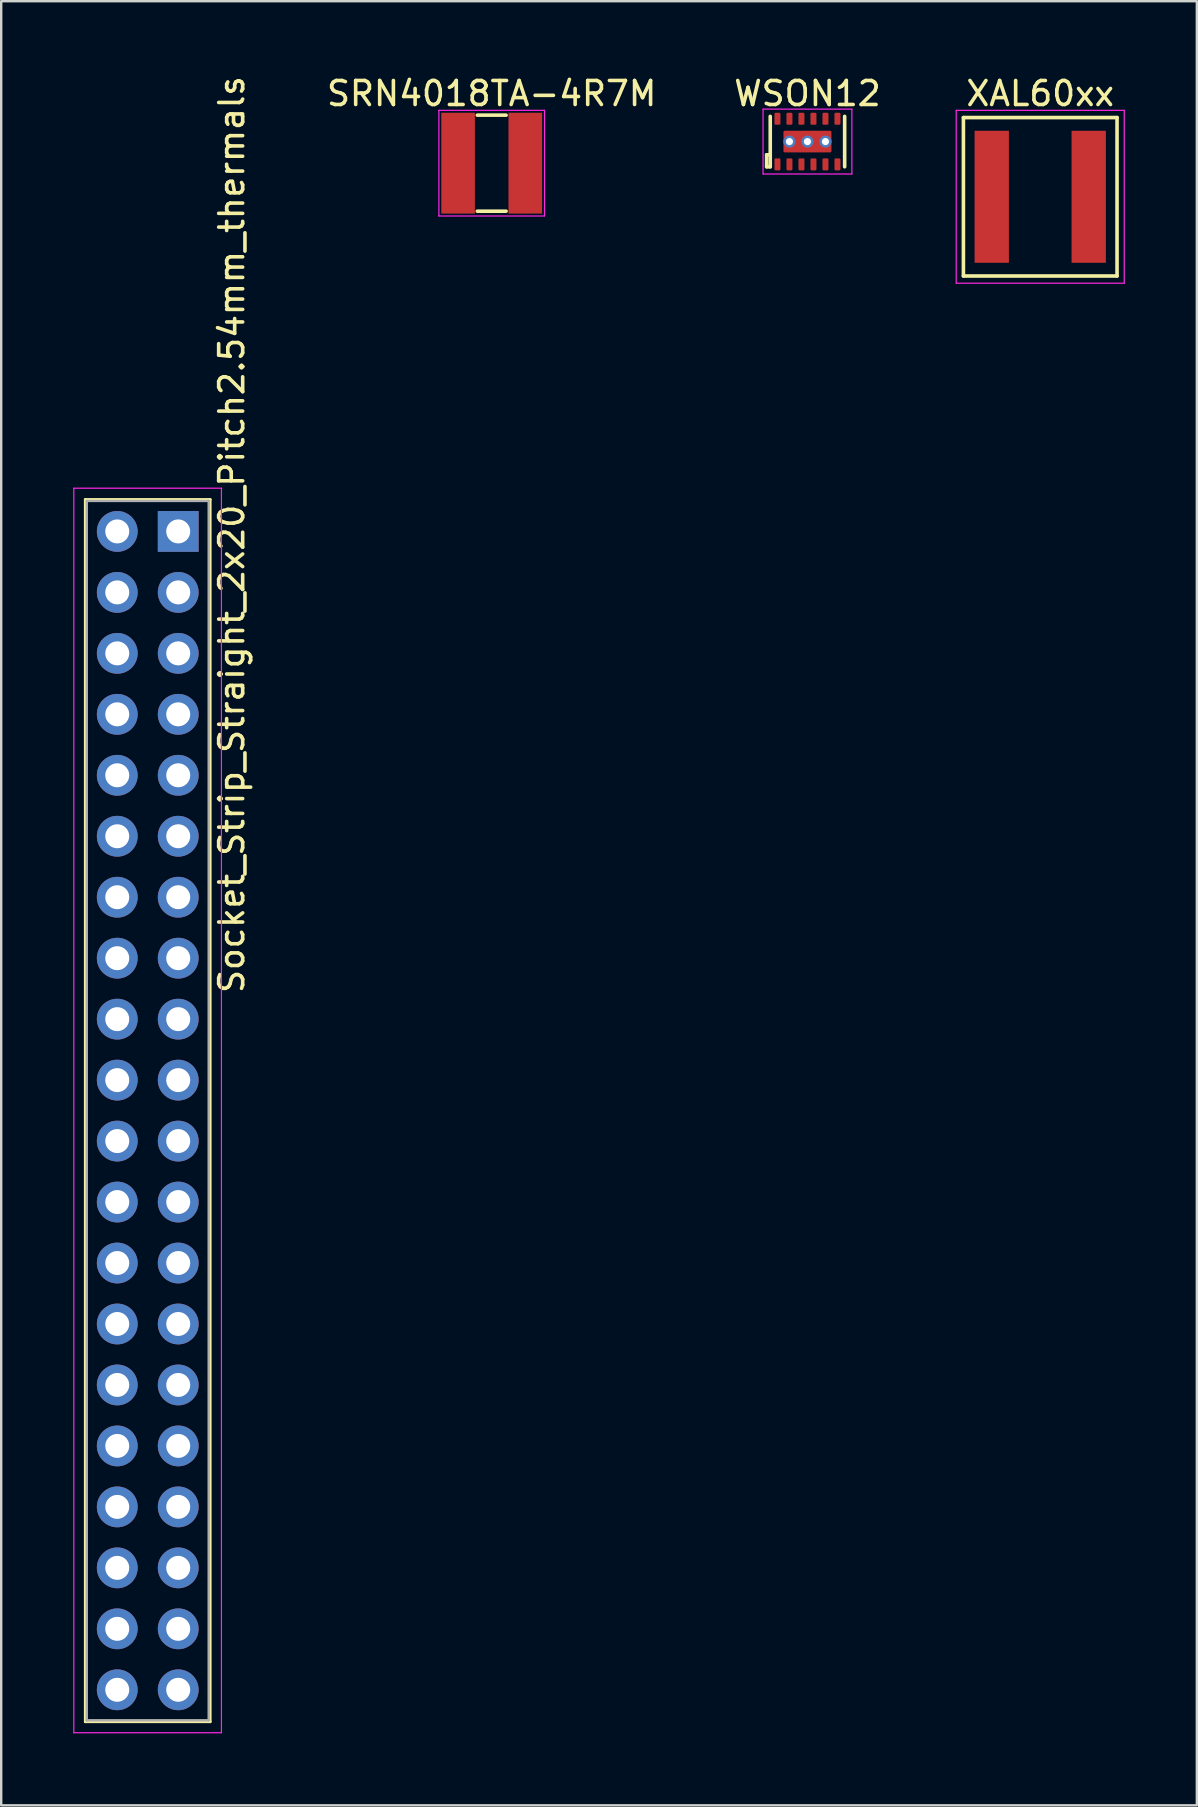
<source format=kicad_pcb>
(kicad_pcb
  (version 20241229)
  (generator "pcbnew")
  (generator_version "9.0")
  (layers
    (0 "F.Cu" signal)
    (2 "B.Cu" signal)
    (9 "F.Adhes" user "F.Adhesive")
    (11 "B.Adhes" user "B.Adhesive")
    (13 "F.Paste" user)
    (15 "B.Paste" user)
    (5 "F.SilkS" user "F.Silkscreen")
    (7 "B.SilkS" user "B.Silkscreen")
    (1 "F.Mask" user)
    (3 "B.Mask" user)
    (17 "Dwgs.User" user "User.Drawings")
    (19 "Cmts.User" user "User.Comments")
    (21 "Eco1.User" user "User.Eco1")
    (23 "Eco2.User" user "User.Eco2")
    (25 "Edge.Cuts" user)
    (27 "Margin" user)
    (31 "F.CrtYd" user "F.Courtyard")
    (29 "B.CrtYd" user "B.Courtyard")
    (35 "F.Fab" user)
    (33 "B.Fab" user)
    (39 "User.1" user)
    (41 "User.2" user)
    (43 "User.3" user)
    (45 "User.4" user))
  (footprint "WSON12"
    (layer "F.Cu")
    (at 30.59 2.848)
    (property "Reference" "WSON12" (at 0 -2 0) (layer "F.SilkS") (effects (font (size 1 1) (thickness 0.15))))
    (attr smd)
    (fp_line (start -1.7 0.55) (end -1.7 1.05) (stroke (width 0.15) (type solid)) (layer "F.SilkS"))
    (fp_line (start -1.7 1.05) (end -1.55 1.05) (stroke (width 0.15) (type solid)) (layer "F.SilkS"))
    (fp_line (start -1.55 -1.05) (end -1.55 1.05) (stroke (width 0.15) (type solid)) (layer "F.SilkS"))
    (fp_line (start -1.55 0.55) (end -1.7 0.55) (stroke (width 0.15) (type solid)) (layer "F.SilkS"))
    (fp_line (start 1.55 -1.05) (end 1.55 1.05) (stroke (width 0.15) (type solid)) (layer "F.SilkS"))
    (fp_line (start -1.85 -1.35) (end -1.85 1.35) (stroke (width 0.05) (type solid)) (layer "F.CrtYd"))
    (fp_line (start -1.85 1.35) (end 1.85 1.35) (stroke (width 0.05) (type solid)) (layer "F.CrtYd"))
    (fp_line (start 1.85 -1.35) (end -1.85 -1.35) (stroke (width 0.05) (type solid)) (layer "F.CrtYd"))
    (fp_line (start 1.85 1.35) (end 1.85 -1.35) (stroke (width 0.05) (type solid)) (layer "F.CrtYd"))
    (pad "" smd roundrect (at -0.55 0) (size 0.9 0.9) (layers "F.Paste") (roundrect_rratio 0.06))
    (pad "" smd roundrect (at 0.55 0) (size 0.9 0.9) (layers "F.Paste") (roundrect_rratio 0.06))
    (pad "1" smd roundrect (at -1.25 0.95) (size 0.25 0.5) (layers "F.Cu" "F.Mask" "F.Paste") (roundrect_rratio 0.2))
    (pad "2" smd roundrect (at -0.75 0.95) (size 0.25 0.5) (layers "F.Cu" "F.Mask" "F.Paste") (roundrect_rratio 0.2))
    (pad "3" smd roundrect (at -0.25 0.95) (size 0.25 0.5) (layers "F.Cu" "F.Mask" "F.Paste") (roundrect_rratio 0.2))
    (pad "4" smd roundrect (at 0.25 0.95) (size 0.25 0.5) (layers "F.Cu" "F.Mask" "F.Paste") (roundrect_rratio 0.2))
    (pad "5" smd roundrect (at 0.75 0.95) (size 0.25 0.5) (layers "F.Cu" "F.Mask" "F.Paste") (roundrect_rratio 0.2))
    (pad "6" thru_hole circle (at -0.75 0) (size 0.5 0.5) (drill 0.3) (layers "*.Cu"))
    (pad "6" thru_hole circle (at 0 0) (size 0.5 0.5) (drill 0.3) (layers "*.Cu"))
    (pad "6" smd roundrect (at 0 0) (size 2 0.9) (layers "F.Cu" "F.Mask") (roundrect_rratio 0.06))
    (pad "6" thru_hole circle (at 0.75 0) (size 0.5 0.5) (drill 0.3) (layers "*.Cu"))
    (pad "6" smd roundrect (at 1.25 0.95) (size 0.25 0.5) (layers "F.Cu" "F.Mask" "F.Paste") (roundrect_rratio 0.2))
    (pad "7" smd roundrect (at 1.25 -0.95) (size 0.25 0.5) (layers "F.Cu" "F.Mask" "F.Paste") (roundrect_rratio 0.2))
    (pad "8" smd roundrect (at 0.75 -0.95) (size 0.25 0.5) (layers "F.Cu" "F.Mask" "F.Paste") (roundrect_rratio 0.2))
    (pad "9" smd roundrect (at 0.25 -0.95) (size 0.25 0.5) (layers "F.Cu" "F.Mask" "F.Paste") (roundrect_rratio 0.2))
    (pad "10" smd roundrect (at -0.25 -0.95) (size 0.25 0.5) (layers "F.Cu" "F.Mask" "F.Paste") (roundrect_rratio 0.2))
    (pad "11" smd roundrect (at -0.75 -0.95) (size 0.25 0.5) (layers "F.Cu" "F.Mask" "F.Paste") (roundrect_rratio 0.2))
    (pad "12" smd roundrect (at -1.25 -0.95) (size 0.25 0.5) (layers "F.Cu" "F.Mask" "F.Paste") (roundrect_rratio 0.2)))
  (footprint "Socket_Strip_Straight_2x20_Pitch2.54mm_thermals"
    (layer "F.Cu")
    (at 4.375 19.09)
    (property "Reference" "Socket_Strip_Straight_2x20_Pitch2.54mm_thermals" (at 2.23 0.13 90) (layer "F.SilkS") (effects (font (size 1 1) (thickness 0.15))))
    (attr through_hole)
    (fp_line (start -3.87 -1.33) (end 1.33 -1.33) (stroke (width 0.12) (type solid)) (layer "F.SilkS"))
    (fp_line (start -3.87 49.59) (end -3.87 -1.33) (stroke (width 0.12) (type solid)) (layer "F.SilkS"))
    (fp_line (start 1.33 -1.33) (end 1.33 49.59) (stroke (width 0.12) (type solid)) (layer "F.SilkS"))
    (fp_line (start 1.33 49.59) (end -3.87 49.59) (stroke (width 0.12) (type solid)) (layer "F.SilkS"))
    (fp_line (start -4.35 -1.8) (end -4.35 50.05) (stroke (width 0.05) (type solid)) (layer "F.CrtYd"))
    (fp_line (start -4.35 50.05) (end 1.8 50.05) (stroke (width 0.05) (type solid)) (layer "F.CrtYd"))
    (fp_line (start 1.8 -1.8) (end -4.35 -1.8) (stroke (width 0.05) (type solid)) (layer "F.CrtYd"))
    (fp_line (start 1.8 50.05) (end 1.8 -1.8) (stroke (width 0.05) (type solid)) (layer "F.CrtYd"))
    (fp_line (start -3.81 -1.27) (end -3.81 49.53) (stroke (width 0.1) (type solid)) (layer "F.Fab"))
    (fp_line (start -3.81 49.53) (end 1.27 49.53) (stroke (width 0.1) (type solid)) (layer "F.Fab"))
    (fp_line (start 1.27 -1.27) (end -3.81 -1.27) (stroke (width 0.1) (type solid)) (layer "F.Fab"))
    (fp_line (start 1.27 49.53) (end 1.27 -1.27) (stroke (width 0.1) (type solid)) (layer "F.Fab"))
    (pad "1" thru_hole rect (at 0 0) (size 1.7 1.7) (drill 1) (layers "*.Cu" "*.Mask"))
    (pad "2" thru_hole oval (at -2.54 0) (size 1.7 1.7) (drill 1) (layers "*.Cu" "*.Mask"))
    (pad "3" thru_hole oval (at 0 2.54) (size 1.7 1.7) (drill 1) (layers "*.Cu" "*.Mask"))
    (pad "4" thru_hole oval (at -2.54 2.54) (size 1.7 1.7) (drill 1) (layers "*.Cu" "*.Mask"))
    (pad "5" thru_hole oval (at 0 5.08) (size 1.7 1.7) (drill 1) (layers "*.Cu" "*.Mask"))
    (pad "6" thru_hole oval (at -2.54 5.08) (size 1.7 1.7) (drill 1) (layers "*.Cu" "*.Mask"))
    (pad "7" thru_hole oval (at 0 7.62) (size 1.7 1.7) (drill 1) (layers "*.Cu" "*.Mask"))
    (pad "8" thru_hole oval (at -2.54 7.62) (size 1.7 1.7) (drill 1) (layers "*.Cu" "*.Mask"))
    (pad "9" thru_hole oval (at 0 10.16) (size 1.7 1.7) (drill 1) (layers "*.Cu" "*.Mask"))
    (pad "10" thru_hole oval (at -2.54 10.16) (size 1.7 1.7) (drill 1) (layers "*.Cu" "*.Mask"))
    (pad "11" thru_hole oval (at 0 12.7) (size 1.7 1.7) (drill 1) (layers "*.Cu" "*.Mask"))
    (pad "12" thru_hole oval (at -2.54 12.7) (size 1.7 1.7) (drill 1) (layers "*.Cu" "*.Mask"))
    (pad "13" thru_hole oval (at 0 15.24) (size 1.7 1.7) (drill 1) (layers "*.Cu" "*.Mask"))
    (pad "14" thru_hole oval (at -2.54 15.24) (size 1.7 1.7) (drill 1) (layers "*.Cu" "*.Mask"))
    (pad "15" thru_hole oval (at 0 17.78) (size 1.7 1.7) (drill 1) (layers "*.Cu" "*.Mask"))
    (pad "16" thru_hole oval (at -2.54 17.78) (size 1.7 1.7) (drill 1) (layers "*.Cu" "*.Mask"))
    (pad "17" thru_hole oval (at 0 20.32) (size 1.7 1.7) (drill 1) (layers "*.Cu" "*.Mask"))
    (pad "18" thru_hole oval (at -2.54 20.32) (size 1.7 1.7) (drill 1) (layers "*.Cu" "*.Mask"))
    (pad "19" thru_hole oval (at 0 22.86) (size 1.7 1.7) (drill 1) (layers "*.Cu" "*.Mask"))
    (pad "20" thru_hole oval (at -2.54 22.86) (size 1.7 1.7) (drill 1) (layers "*.Cu" "*.Mask"))
    (pad "21" thru_hole oval (at 0 25.4) (size 1.7 1.7) (drill 1) (layers "*.Cu" "*.Mask"))
    (pad "22" thru_hole oval (at -2.54 25.4) (size 1.7 1.7) (drill 1) (layers "*.Cu" "*.Mask"))
    (pad "23" thru_hole oval (at 0 27.94) (size 1.7 1.7) (drill 1) (layers "*.Cu" "*.Mask"))
    (pad "24" thru_hole oval (at -2.54 27.94) (size 1.7 1.7) (drill 1) (layers "*.Cu" "*.Mask"))
    (pad "25" thru_hole oval (at 0 30.48) (size 1.7 1.7) (drill 1) (layers "*.Cu" "*.Mask"))
    (pad "26" thru_hole oval (at -2.54 30.48) (size 1.7 1.7) (drill 1) (layers "*.Cu" "*.Mask"))
    (pad "27" thru_hole oval (at 0 33.02) (size 1.7 1.7) (drill 1) (layers "*.Cu" "*.Mask"))
    (pad "28" thru_hole oval (at -2.54 33.02) (size 1.7 1.7) (drill 1) (layers "*.Cu" "*.Mask"))
    (pad "29" thru_hole oval (at 0 35.56) (size 1.7 1.7) (drill 1) (layers "*.Cu" "*.Mask"))
    (pad "30" thru_hole oval (at -2.54 35.56) (size 1.7 1.7) (drill 1) (layers "*.Cu" "*.Mask"))
    (pad "31" thru_hole oval (at 0 38.1) (size 1.7 1.7) (drill 1) (layers "*.Cu" "*.Mask"))
    (pad "32" thru_hole oval (at -2.54 38.1) (size 1.7 1.7) (drill 1) (layers "*.Cu" "*.Mask"))
    (pad "33" thru_hole oval (at 0 40.64) (size 1.7 1.7) (drill 1) (layers "*.Cu" "*.Mask"))
    (pad "34" thru_hole oval (at -2.54 40.64) (size 1.7 1.7) (drill 1) (layers "*.Cu" "*.Mask"))
    (pad "35" thru_hole oval (at 0 43.18) (size 1.7 1.7) (drill 1) (layers "*.Cu" "*.Mask"))
    (pad "36" thru_hole oval (at -2.54 43.18) (size 1.7 1.7) (drill 1) (layers "*.Cu" "*.Mask"))
    (pad "37" thru_hole oval (at 0 45.72) (size 1.7 1.7) (drill 1) (layers "*.Cu" "*.Mask"))
    (pad "38" thru_hole oval (at -2.54 45.72) (size 1.7 1.7) (drill 1) (layers "*.Cu" "*.Mask"))
    (pad "39" thru_hole oval (at 0 48.26) (size 1.7 1.7) (drill 1) (layers "*.Cu" "*.Mask"))
    (pad "40" thru_hole oval (at -2.54 48.26) (size 1.7 1.7) (drill 1) (layers "*.Cu" "*.Mask")))
  (footprint "SRN4018TA-4R7M"
    (layer "F.Cu")
    (at 17.435 3.748)
    (property "Reference" "SRN4018TA-4R7M" (at 0 -2.9 0) (layer "F.SilkS") (effects (font (size 1 1) (thickness 0.15))))
    (attr through_hole)
    (fp_line (start -0.6 -2) (end 0.6 -2) (stroke (width 0.15) (type solid)) (layer "F.SilkS"))
    (fp_line (start -0.6 2) (end 0.6 2) (stroke (width 0.15) (type solid)) (layer "F.SilkS"))
    (fp_line (start -2.2 -2.2) (end 2.2 -2.2) (stroke (width 0.05) (type solid)) (layer "F.CrtYd"))
    (fp_line (start -2.2 2.2) (end -2.2 -2.2) (stroke (width 0.05) (type solid)) (layer "F.CrtYd"))
    (fp_line (start 2.2 -2.2) (end 2.2 2.2) (stroke (width 0.05) (type solid)) (layer "F.CrtYd"))
    (fp_line (start 2.2 2.2) (end -2.2 2.2) (stroke (width 0.05) (type solid)) (layer "F.CrtYd"))
    (pad "1" smd rect (at -1.4 0) (size 1.4 4.2) (layers "F.Cu" "F.Mask" "F.Paste"))
    (pad "2" smd rect (at 1.4 0) (size 1.4 4.2) (layers "F.Cu" "F.Mask" "F.Paste")))
  (footprint "XAL60xx"
    (layer "F.Cu")
    (at 40.288 5.148)
    (property "Reference" "XAL60xx" (at 0 -4.3 0) (layer "F.SilkS") (effects (font (size 1 1) (thickness 0.15))))
    (attr through_hole)
    (fp_line (start -3.2 -3.3) (end 3.2 -3.3) (stroke (width 0.15) (type solid)) (layer "F.SilkS"))
    (fp_line (start -3.2 3.3) (end -3.2 -3.3) (stroke (width 0.15) (type solid)) (layer "F.SilkS"))
    (fp_line (start 3.2 -3.3) (end 3.2 3.3) (stroke (width 0.15) (type solid)) (layer "F.SilkS"))
    (fp_line (start 3.2 3.3) (end -3.2 3.3) (stroke (width 0.15) (type solid)) (layer "F.SilkS"))
    (fp_line (start -3.5 -3.6) (end -3.5 3.6) (stroke (width 0.05) (type solid)) (layer "F.CrtYd"))
    (fp_line (start -3.5 3.6) (end 3.5 3.6) (stroke (width 0.05) (type solid)) (layer "F.CrtYd"))
    (fp_line (start 3.5 -3.6) (end -3.5 -3.6) (stroke (width 0.05) (type solid)) (layer "F.CrtYd"))
    (fp_line (start 3.5 -3.6) (end 3.5 3.6) (stroke (width 0.05) (type solid)) (layer "F.CrtYd"))
    (pad "1" smd rect (at -2.02 0) (size 1.43 5.5) (layers "F.Cu" "F.Mask" "F.Paste"))
    (pad "2" smd rect (at 2.02 0) (size 1.43 5.5) (layers "F.Cu" "F.Mask" "F.Paste")))
  (gr_rect
    (start -3 -3)
    (end 46.813 72.165)
    (stroke (width 0.1) (type default))
    (fill no)
    (layer "Edge.Cuts")))
</source>
